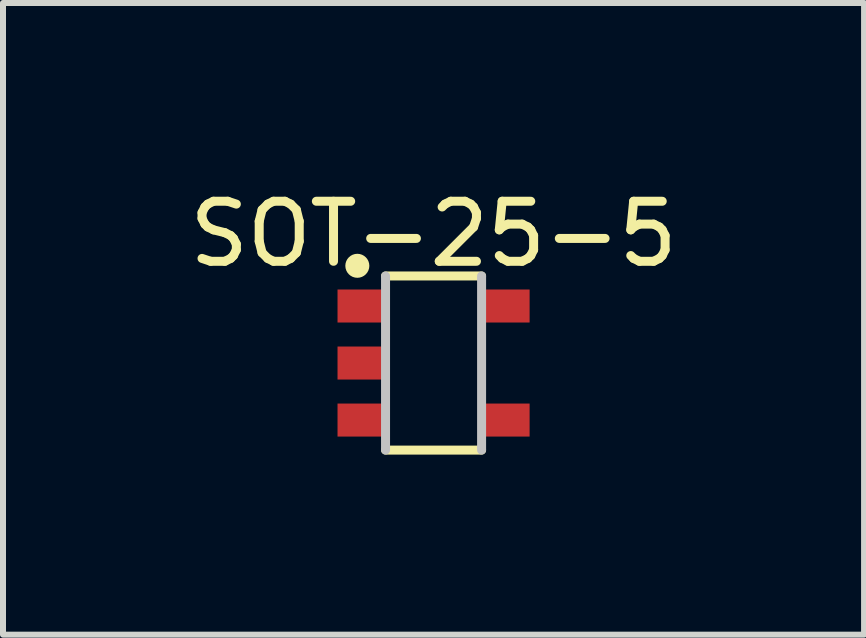
<source format=kicad_pcb>
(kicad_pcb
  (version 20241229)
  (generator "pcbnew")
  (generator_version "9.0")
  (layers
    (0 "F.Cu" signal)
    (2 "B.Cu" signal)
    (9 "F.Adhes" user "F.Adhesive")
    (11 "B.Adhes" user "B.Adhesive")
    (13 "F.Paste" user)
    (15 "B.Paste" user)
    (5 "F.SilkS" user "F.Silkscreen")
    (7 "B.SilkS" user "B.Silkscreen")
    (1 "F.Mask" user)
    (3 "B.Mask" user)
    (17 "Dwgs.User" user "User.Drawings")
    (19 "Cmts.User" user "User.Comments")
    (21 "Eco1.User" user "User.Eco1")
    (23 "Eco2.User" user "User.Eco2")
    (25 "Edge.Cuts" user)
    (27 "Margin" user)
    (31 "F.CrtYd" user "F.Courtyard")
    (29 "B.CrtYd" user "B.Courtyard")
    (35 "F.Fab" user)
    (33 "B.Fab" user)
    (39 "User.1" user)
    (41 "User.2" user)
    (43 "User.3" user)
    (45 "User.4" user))
  (footprint "SOT-25-5"
    (layer "F.Cu")
    (at 4.173 2.998)
    (property "Reference" "SOT-25-5" (at 0 -2.15 0) (layer "F.SilkS") (effects (font (size 1 1) (thickness 0.15))))
    (attr smd)
    (fp_line (start -0.8 -1.45) (end 0.8 -1.45) (stroke (width 0.15) (type solid)) (layer "F.SilkS"))
    (fp_line (start 0.8 1.45) (end -0.8 1.45) (stroke (width 0.15) (type solid)) (layer "F.SilkS"))
    (fp_circle (center -1.27 -1.62) (end -1.27 -1.52) (stroke (width 0.2) (type solid)) (fill no) (layer "F.SilkS"))
    (fp_line (start -0.8 1.45) (end -0.8 -1.45) (stroke (width 0.15) (type solid)) (layer "Dwgs.User"))
    (fp_line (start 0.8 -1.45) (end 0.8 1.45) (stroke (width 0.15) (type solid)) (layer "Dwgs.User"))
    (pad "1" smd rect (at -1.2 -0.95 270) (size 0.55 0.8) (layers "F.Cu" "F.Mask" "F.Paste"))
    (pad "2" smd rect (at -1.2 0 270) (size 0.55 0.8) (layers "F.Cu" "F.Mask" "F.Paste"))
    (pad "3" smd rect (at -1.2 0.95 270) (size 0.55 0.8) (layers "F.Cu" "F.Mask" "F.Paste"))
    (pad "4" smd rect (at 1.2 0.95 270) (size 0.55 0.8) (layers "F.Cu" "F.Mask" "F.Paste"))
    (pad "5" smd rect (at 1.2 -0.95 270) (size 0.55 0.8) (layers "F.Cu" "F.Mask" "F.Paste")))
  (gr_rect
    (start -3 -3)
    (end 11.345 7.523)
    (stroke (width 0.1) (type default))
    (fill no)
    (layer "Edge.Cuts")))
</source>
